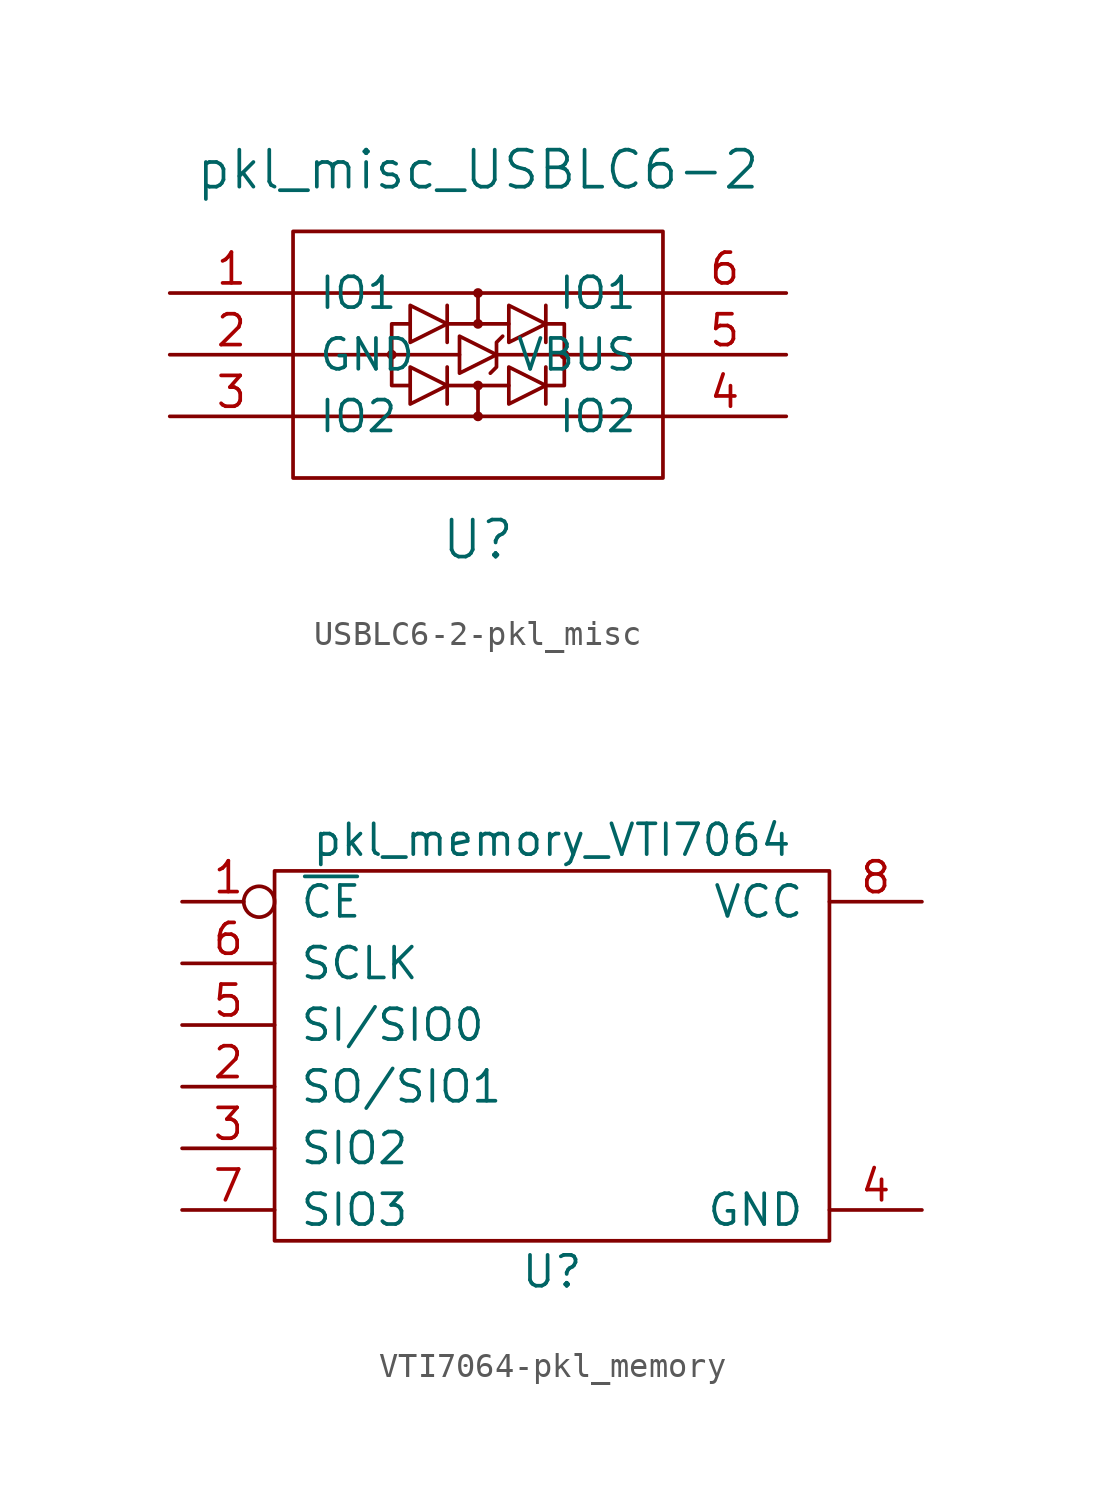
<source format=kicad_sym>
(kicad_symbol_lib
  (version 20231120)
  (generator "kicad_symbol_editor")
  (generator_version "8.0")
  (symbol "USBLC6-2-pkl_misc"
    (pin_names
      (offset 1.016))
    (property "Reference" "U"
      (at 0 -7.62 0)
      (effects (font (size 1.524 1.524))))
    (property "Value" "pkl_misc_USBLC6-2"
      (at 0 7.62 0)
      (effects (font (size 1.524 1.524))))
    (property "Footprint" ""
      (at 0 0 0)
      (effects (font (size 1.524 1.524))))
    (property "Datasheet" ""
      (at 0 0 0)
      (effects (font (size 1.524 1.524))))
    (symbol "USBLC6-2-pkl_misc_0_1"
      (rectangle (start -7.62 5.08) (end 7.62 -5.08) (stroke (width 0) (type solid)) (fill (type none)))
      (circle (center -3.556 0) (radius 0.127) (stroke (width 0) (type solid)) (fill (type none)))
      (circle (center 0 -2.54) (radius 0.127) (stroke (width 0) (type solid)) (fill (type none)))
      (circle (center 0 -1.27) (radius 0.127) (stroke (width 0) (type solid)) (fill (type none)))
      (polyline (pts (xy -7.62 -2.54) (xy 7.62 -2.54)) (stroke (width 0) (type solid)) (fill (type none)))
      (polyline (pts (xy -7.62 0) (xy -0.762 0)) (stroke (width 0) (type solid)) (fill (type none)))
      (polyline (pts (xy -7.62 2.54) (xy 7.62 2.54)) (stroke (width 0) (type solid)) (fill (type none)))
      (polyline (pts (xy -1.27 -1.27) (xy 1.27 -1.27)) (stroke (width 0) (type solid)) (fill (type none)))
      (polyline (pts (xy -1.27 -0.508) (xy -1.27 -2.032)) (stroke (width 0) (type solid)) (fill (type none)))
      (polyline (pts (xy -1.27 0.508) (xy -1.27 2.032)) (stroke (width 0) (type solid)) (fill (type none)))
      (polyline (pts (xy -1.27 1.27) (xy 1.27 1.27)) (stroke (width 0) (type solid)) (fill (type none)))
      (polyline (pts (xy 0 -1.27) (xy 0 -2.54)) (stroke (width 0) (type solid)) (fill (type none)))
      (polyline (pts (xy 0 1.27) (xy 0 2.54)) (stroke (width 0) (type solid)) (fill (type none)))
      (polyline (pts (xy 0.762 0) (xy 7.62 0)) (stroke (width 0) (type solid)) (fill (type none)))
      (polyline (pts (xy 2.794 -0.508) (xy 2.794 -2.032)) (stroke (width 0) (type solid)) (fill (type none)))
      (polyline (pts (xy 2.794 2.032) (xy 2.794 0.508)) (stroke (width 0) (type solid)) (fill (type none)))
      (polyline (pts (xy -3.556 0) (xy -3.556 -1.27) (xy -2.794 -1.27)) (stroke (width 0) (type solid)) (fill (type none)))
      (polyline (pts (xy -2.794 1.27) (xy -3.556 1.27) (xy -3.556 0)) (stroke (width 0) (type solid)) (fill (type none)))
      (polyline (pts (xy 2.794 -1.27) (xy 3.556 -1.27) (xy 3.556 0)) (stroke (width 0) (type solid)) (fill (type none)))
      (polyline (pts (xy 2.794 1.27) (xy 3.556 1.27) (xy 3.556 0)) (stroke (width 0) (type solid)) (fill (type none)))
      (polyline (pts (xy -2.794 -0.508) (xy -2.794 -2.032) (xy -1.27 -1.27) (xy -2.794 -0.508)) (stroke (width 0) (type solid)) (fill (type none)))
      (polyline (pts (xy -2.794 0.508) (xy -1.27 1.27) (xy -2.794 2.032) (xy -2.794 0.508)) (stroke (width 0) (type solid)) (fill (type none)))
      (polyline (pts (xy -0.762 0.762) (xy -0.762 -0.762) (xy 0.762 0) (xy -0.762 0.762)) (stroke (width 0) (type solid)) (fill (type none)))
      (polyline (pts (xy 0.508 -0.762) (xy 0.762 -0.508) (xy 0.762 0.508) (xy 1.016 0.762)) (stroke (width 0) (type solid)) (fill (type none)))
      (polyline (pts (xy 1.27 -0.508) (xy 2.794 -1.27) (xy 1.27 -2.032) (xy 1.27 -0.508)) (stroke (width 0) (type solid)) (fill (type none)))
      (polyline (pts (xy 1.27 2.032) (xy 1.27 0.508) (xy 2.794 1.27) (xy 1.27 2.032)) (stroke (width 0) (type solid)) (fill (type none)))
      (circle (center 0 1.27) (radius 0.127) (stroke (width 0) (type solid)) (fill (type none)))
      (circle (center 0 2.54) (radius 0.127) (stroke (width 0) (type solid)) (fill (type none)))
      (circle (center 3.556 0) (radius 0.127) (stroke (width 0) (type solid)) (fill (type none))))
    (symbol "USBLC6-2-pkl_misc_1_1"
      (pin bidirectional line (at -12.7 2.54 0) (length 5.08) (name "IO1" (effects (font (size 1.27 1.27)))) (number "1" (effects (font (size 1.27 1.27)))))
      (pin power_in line (at -12.7 0 0) (length 5.08) (name "GND" (effects (font (size 1.27 1.27)))) (number "2" (effects (font (size 1.27 1.27)))))
      (pin bidirectional line (at -12.7 -2.54 0) (length 5.08) (name "IO2" (effects (font (size 1.27 1.27)))) (number "3" (effects (font (size 1.27 1.27)))))
      (pin bidirectional line (at 12.7 -2.54 180) (length 5.08) (name "IO2" (effects (font (size 1.27 1.27)))) (number "4" (effects (font (size 1.27 1.27)))))
      (pin power_in line (at 12.7 0 180) (length 5.08) (name "VBUS" (effects (font (size 1.27 1.27)))) (number "5" (effects (font (size 1.27 1.27)))))
      (pin bidirectional line (at 12.7 2.54 180) (length 5.08) (name "IO1" (effects (font (size 1.27 1.27)))) (number "6" (effects (font (size 1.27 1.27)))))))
  (symbol "VTI7064-pkl_memory"
    (pin_names
      (offset 1.016))
    (property "Reference" "U"
      (at 0 -10.16 0)
      (effects (font (size 1.27 1.27))))
    (property "Value" "pkl_memory_VTI7064"
      (at 0 7.62 0)
      (effects (font (size 1.27 1.27))))
    (symbol "VTI7064-pkl_memory_1_1"
      (rectangle (start -11.43 -8.89) (end 11.43 6.35) (stroke (width 0) (type solid)) (fill (type none)))
      (pin passive inverted (at -15.24 5.08 0) (length 3.81) (name "~{CE}" (effects (font (size 1.27 1.27)))) (number "1" (effects (font (size 1.27 1.27)))))
      (pin passive line (at -15.24 -2.54 0) (length 3.81) (name "SO/SIO1" (effects (font (size 1.27 1.27)))) (number "2" (effects (font (size 1.27 1.27)))))
      (pin passive line (at -15.24 -5.08 0) (length 3.81) (name "SIO2" (effects (font (size 1.27 1.27)))) (number "3" (effects (font (size 1.27 1.27)))))
      (pin passive line (at 15.24 -7.62 180) (length 3.81) (name "GND" (effects (font (size 1.27 1.27)))) (number "4" (effects (font (size 1.27 1.27)))))
      (pin passive line (at -15.24 0 0) (length 3.81) (name "SI/SIO0" (effects (font (size 1.27 1.27)))) (number "5" (effects (font (size 1.27 1.27)))))
      (pin passive line (at -15.24 2.54 0) (length 3.81) (name "SCLK" (effects (font (size 1.27 1.27)))) (number "6" (effects (font (size 1.27 1.27)))))
      (pin passive line (at -15.24 -7.62 0) (length 3.81) (name "SIO3" (effects (font (size 1.27 1.27)))) (number "7" (effects (font (size 1.27 1.27)))))
      (pin passive line (at 15.24 5.08 180) (length 3.81) (name "VCC" (effects (font (size 1.27 1.27)))) (number "8" (effects (font (size 1.27 1.27))))))))
</source>
